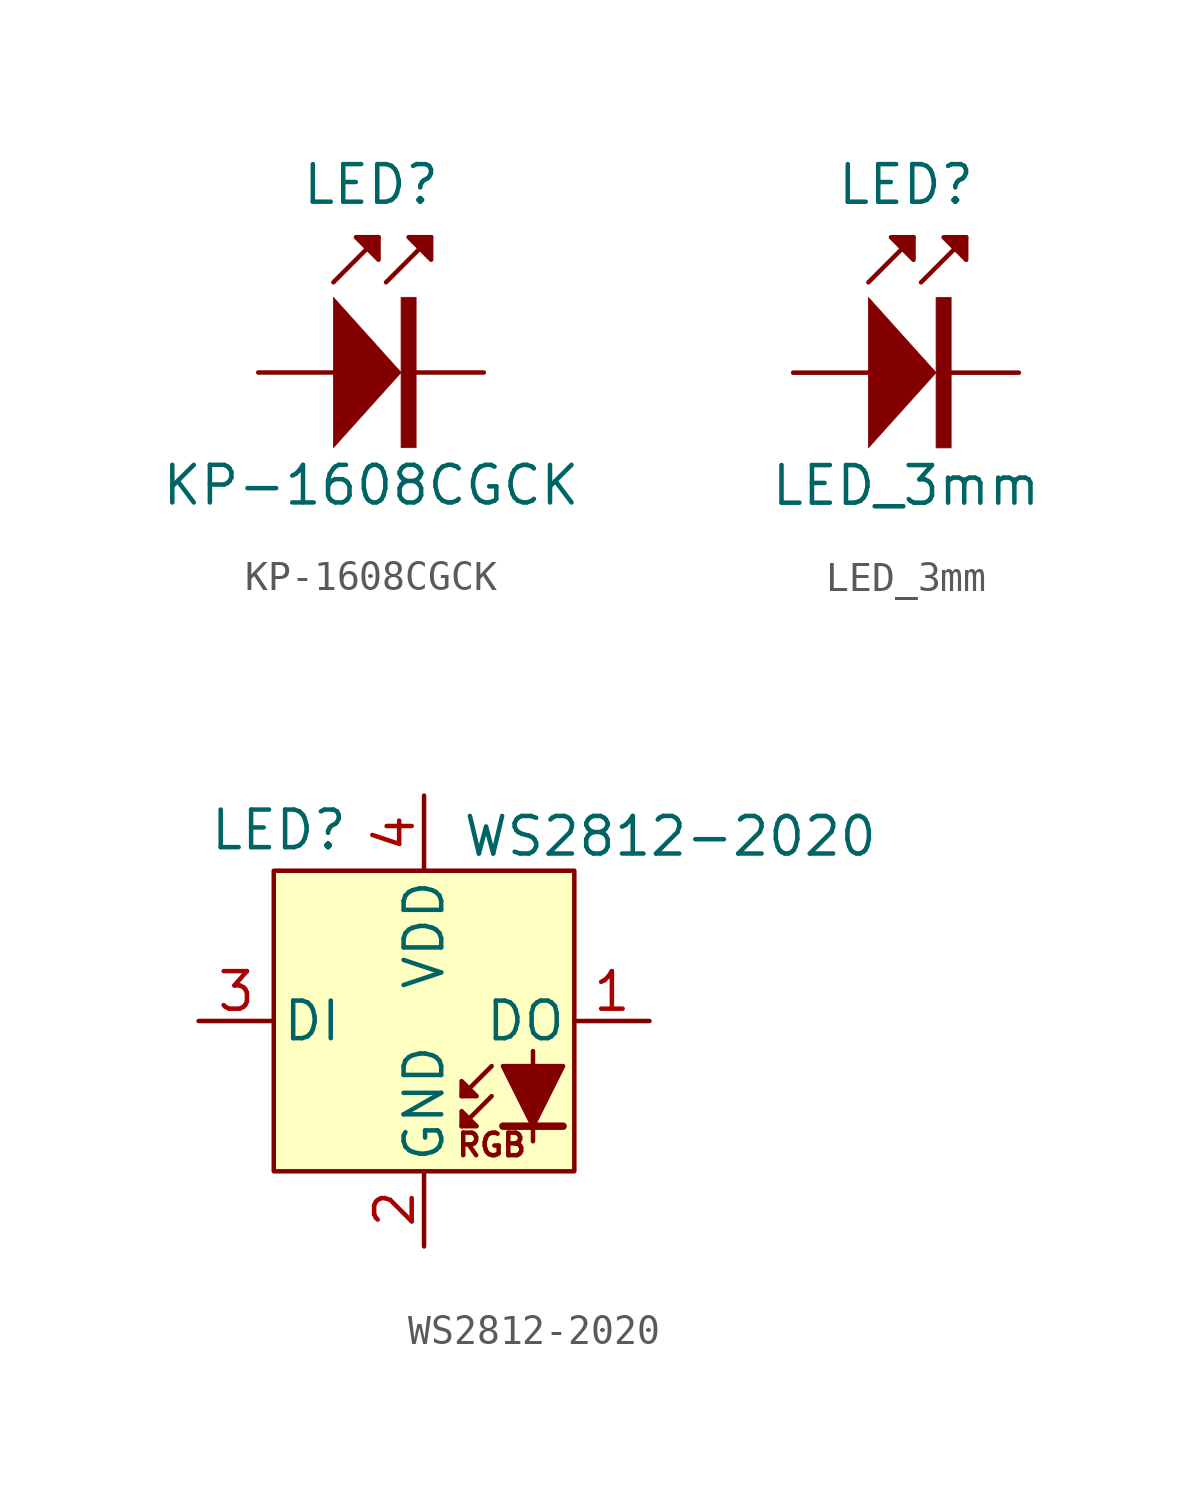
<source format=kicad_sym>
(kicad_symbol_lib
  (version 20211014)
  (generator kicad_symbol_editor)
  (symbol "KP-1608CGCK"
    (pin_numbers hide)
    (pin_names
      (offset 0) hide)
    (property "Reference" "LED"
      (at 1.27 6.35 0)
      (effects (font (size 1.27 1.27))))
    (property "Value" "KP-1608CGCK"
      (at 1.27 -3.81 0)
      (effects (font (size 1.27 1.27))))
    (symbol "KP-1608CGCK_0_1"
      (polyline (pts (xy 0 2.54) (xy 0 -2.54) (xy 2.286 0) (xy 0 2.54)) (stroke (width 0.025) (type default) (color 0 0 0 0)) (fill (type outline)))
      (rectangle (start 2.286 2.54) (end 2.794 -2.54) (stroke (width 0.025) (type default) (color 0 0 0 0)) (fill (type outline))))
    (symbol "KP-1608CGCK_1_1"
      (polyline (pts (xy 0 3.048) (xy 1.524 4.572)) (stroke (width 0.152) (type default) (color 0 0 0 0)) (fill (type none)))
      (polyline (pts (xy 1.778 3.048) (xy 3.302 4.572)) (stroke (width 0.152) (type default) (color 0 0 0 0)) (fill (type none)))
      (polyline (pts (xy 0.762 4.572) (xy 1.524 4.572) (xy 1.524 3.81) (xy 0.762 4.572)) (stroke (width 0.152) (type default) (color 0 0 0 0)) (fill (type outline)))
      (polyline (pts (xy 2.54 4.572) (xy 3.302 4.572) (xy 3.302 3.81) (xy 2.54 4.572)) (stroke (width 0.152) (type default) (color 0 0 0 0)) (fill (type outline)))
      (pin passive line (at 5.08 0 180) (length 2.54) (name "K" (effects (font (size 0.635 0.635)))) (number "1" (effects (font (size 0.635 0.635)))))
      (pin passive line (at -2.54 0 0) (length 2.54) (name "A" (effects (font (size 0.635 0.635)))) (number "2" (effects (font (size 0.635 0.635)))))))
  (symbol "LED_3mm"
    (pin_numbers hide)
    (pin_names
      (offset 0) hide)
    (property "Reference" "LED"
      (at 1.27 6.35 0)
      (effects (font (size 1.27 1.27))))
    (property "Value" "LED_3mm"
      (at 1.27 -3.81 0)
      (effects (font (size 1.27 1.27))))
    (symbol "LED_3mm_0_1"
      (polyline (pts (xy 0 2.54) (xy 0 -2.54) (xy 2.286 0) (xy 0 2.54)) (stroke (width 0.025) (type default) (color 0 0 0 0)) (fill (type outline)))
      (rectangle (start 2.286 2.54) (end 2.794 -2.54) (stroke (width 0.025) (type default) (color 0 0 0 0)) (fill (type outline))))
    (symbol "LED_3mm_1_1"
      (polyline (pts (xy 0 3.048) (xy 1.524 4.572)) (stroke (width 0.152) (type default) (color 0 0 0 0)) (fill (type none)))
      (polyline (pts (xy 1.778 3.048) (xy 3.302 4.572)) (stroke (width 0.152) (type default) (color 0 0 0 0)) (fill (type none)))
      (polyline (pts (xy 0.762 4.572) (xy 1.524 4.572) (xy 1.524 3.81) (xy 0.762 4.572)) (stroke (width 0.152) (type default) (color 0 0 0 0)) (fill (type outline)))
      (polyline (pts (xy 2.54 4.572) (xy 3.302 4.572) (xy 3.302 3.81) (xy 2.54 4.572)) (stroke (width 0.152) (type default) (color 0 0 0 0)) (fill (type outline)))
      (pin passive line (at 5.08 0 180) (length 2.54) (name "K" (effects (font (size 0.635 0.635)))) (number "1" (effects (font (size 0.635 0.635)))))
      (pin passive line (at -2.54 0 0) (length 2.54) (name "A" (effects (font (size 0.635 0.635)))) (number "2" (effects (font (size 0.635 0.635)))))))
  (symbol "WS2812-2020"
    (pin_names
      (offset 0.254))
    (property "Reference" "LED"
      (at -2.54 5.715 0)
      (effects (font (size 1.27 1.27)) (justify right bottom)))
    (property "Value" "WS2812-2020"
      (at 1.27 6.985 0)
      (effects (font (size 1.27 1.27)) (justify left top)))
    (symbol "WS2812-2020_0_0"
      (text "RGB" (at 2.286 -4.191 0) (effects (font (size 0.762 0.762)))))
    (symbol "WS2812-2020_0_1"
      (polyline (pts (xy 2.286 -2.54) (xy 1.27 -3.556)) (stroke (width 0.152) (type default) (color 0 0 0 0)) (fill (type none)))
      (polyline (pts (xy 2.286 -1.524) (xy 1.27 -2.54)) (stroke (width 0.152) (type default) (color 0 0 0 0)) (fill (type none)))
      (polyline (pts (xy 4.699 -3.556) (xy 2.667 -3.556)) (stroke (width 0.254) (type default) (color 0 0 0 0)) (fill (type none)))
      (polyline (pts (xy 3.683 -1.016) (xy 3.683 -3.556) (xy 3.683 -4.064)) (stroke (width 0) (type default) (color 0 0 0 0)) (fill (type none)))
      (polyline (pts (xy 1.778 -3.556) (xy 1.27 -3.556) (xy 1.27 -3.048) (xy 1.778 -3.556)) (stroke (width 0.152) (type default) (color 0 0 0 0)) (fill (type outline)))
      (polyline (pts (xy 1.778 -2.54) (xy 1.27 -2.54) (xy 1.27 -2.032) (xy 1.778 -2.54)) (stroke (width 0.152) (type default) (color 0 0 0 0)) (fill (type outline)))
      (polyline (pts (xy 4.699 -1.524) (xy 2.667 -1.524) (xy 3.683 -3.556) (xy 4.699 -1.524)) (stroke (width 0) (type default) (color 0 0 0 0)) (fill (type outline)))
      (rectangle (start 5.08 5.08) (end -5.08 -5.08) (stroke (width 0.152) (type default) (color 0 0 0 0)) (fill (type background))))
    (symbol "WS2812-2020_1_1"
      (pin output line (at 7.62 0 180) (length 2.54) (name "DO" (effects (font (size 1.27 1.27)))) (number "1" (effects (font (size 1.27 1.27)))))
      (pin power_in line (at 0 -7.62 90) (length 2.54) (name "GND" (effects (font (size 1.27 1.27)))) (number "2" (effects (font (size 1.27 1.27)))))
      (pin input line (at -7.62 0 0) (length 2.54) (name "DI" (effects (font (size 1.27 1.27)))) (number "3" (effects (font (size 1.27 1.27)))))
      (pin power_in line (at 0 7.62 270) (length 2.54) (name "VDD" (effects (font (size 1.27 1.27)))) (number "4" (effects (font (size 1.27 1.27))))))))
</source>
